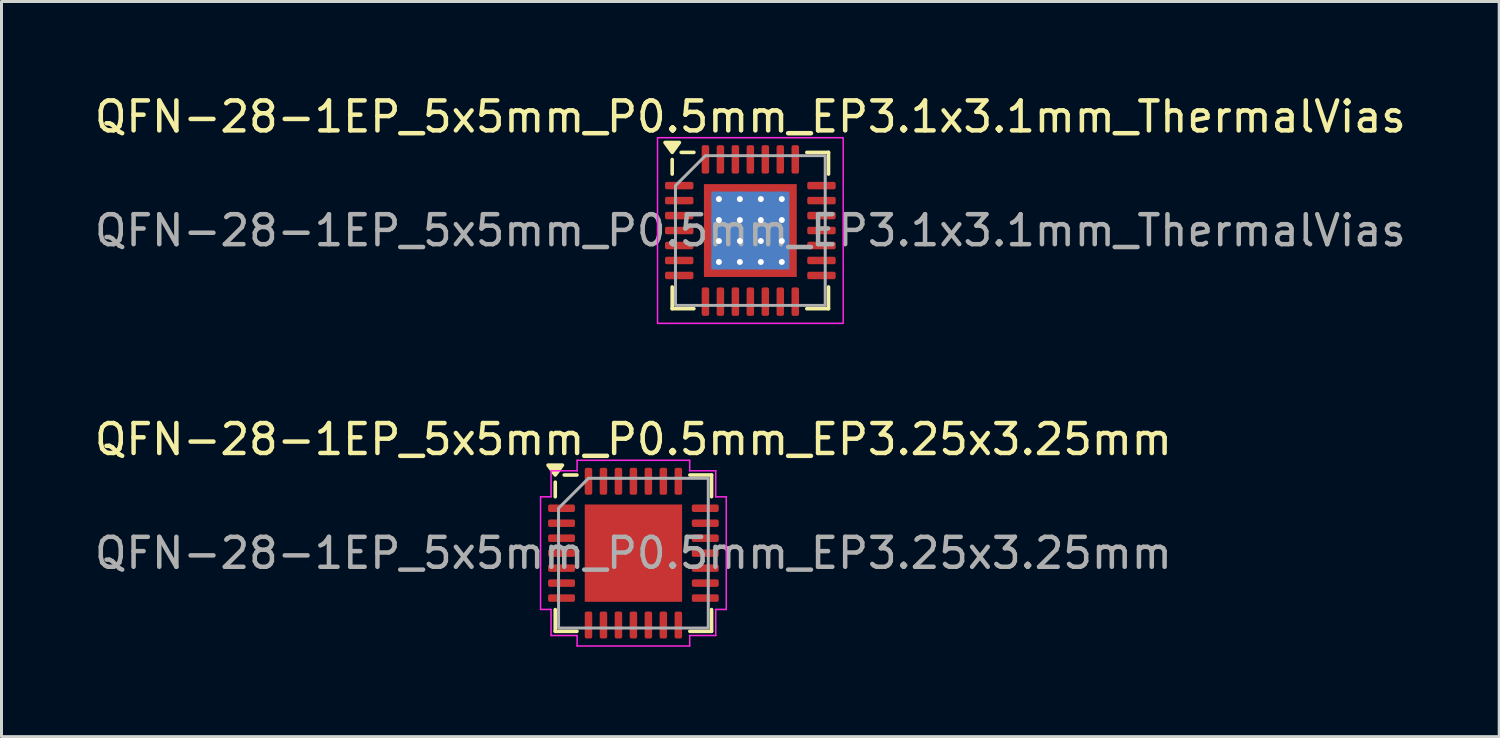
<source format=kicad_pcb>
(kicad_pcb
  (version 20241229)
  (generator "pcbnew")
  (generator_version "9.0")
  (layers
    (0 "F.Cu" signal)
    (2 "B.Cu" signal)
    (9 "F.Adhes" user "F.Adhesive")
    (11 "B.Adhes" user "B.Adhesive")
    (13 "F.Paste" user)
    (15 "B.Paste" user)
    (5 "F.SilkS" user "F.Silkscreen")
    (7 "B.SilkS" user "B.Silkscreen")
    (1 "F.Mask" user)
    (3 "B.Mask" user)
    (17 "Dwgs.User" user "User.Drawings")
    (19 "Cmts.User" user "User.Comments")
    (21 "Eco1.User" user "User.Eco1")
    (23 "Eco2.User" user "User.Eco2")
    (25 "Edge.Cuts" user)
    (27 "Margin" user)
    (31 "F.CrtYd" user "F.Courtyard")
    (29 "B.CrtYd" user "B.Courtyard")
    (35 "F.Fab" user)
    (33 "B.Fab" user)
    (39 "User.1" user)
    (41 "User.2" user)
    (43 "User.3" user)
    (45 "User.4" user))
  (footprint "QFN-28-1EP_5x5mm_P0.5mm_EP3.25x3.25mm"
    (layer "F.Cu")
    (at 18.101 15.421)
    (property "Reference" "QFN-28-1EP_5x5mm_P0.5mm_EP3.25x3.25mm" (at 0 -3.8 0) (layer "F.SilkS") (effects (font (size 1 1) (thickness 0.15))))
    (attr smd)
    (fp_line (start -2.61 -1.885) (end -2.61 -2.37) (stroke (width 0.12) (type solid)) (layer "F.SilkS"))
    (fp_line (start -2.61 2.61) (end -2.61 1.885) (stroke (width 0.12) (type solid)) (layer "F.SilkS"))
    (fp_line (start -1.885 -2.61) (end -2.31 -2.61) (stroke (width 0.12) (type solid)) (layer "F.SilkS"))
    (fp_line (start -1.885 2.61) (end -2.61 2.61) (stroke (width 0.12) (type solid)) (layer "F.SilkS"))
    (fp_line (start 1.885 -2.61) (end 2.61 -2.61) (stroke (width 0.12) (type solid)) (layer "F.SilkS"))
    (fp_line (start 1.885 2.61) (end 2.61 2.61) (stroke (width 0.12) (type solid)) (layer "F.SilkS"))
    (fp_line (start 2.61 -2.61) (end 2.61 -1.885) (stroke (width 0.12) (type solid)) (layer "F.SilkS"))
    (fp_line (start 2.61 2.61) (end 2.61 1.885) (stroke (width 0.12) (type solid)) (layer "F.SilkS"))
    (fp_poly (pts (xy -2.61 -2.61) (xy -2.85 -2.94) (xy -2.37 -2.94)) (stroke (width 0.12) (type solid)) (fill yes) (layer "F.SilkS"))
    (fp_line (start -3.1 -1.88) (end -2.75 -1.88) (stroke (width 0.05) (type solid)) (layer "F.CrtYd"))
    (fp_line (start -3.1 1.88) (end -3.1 -1.88) (stroke (width 0.05) (type solid)) (layer "F.CrtYd"))
    (fp_line (start -2.75 -2.75) (end -1.88 -2.75) (stroke (width 0.05) (type solid)) (layer "F.CrtYd"))
    (fp_line (start -2.75 -1.88) (end -2.75 -2.75) (stroke (width 0.05) (type solid)) (layer "F.CrtYd"))
    (fp_line (start -2.75 1.88) (end -3.1 1.88) (stroke (width 0.05) (type solid)) (layer "F.CrtYd"))
    (fp_line (start -2.75 2.75) (end -2.75 1.88) (stroke (width 0.05) (type solid)) (layer "F.CrtYd"))
    (fp_line (start -1.88 -3.1) (end 1.88 -3.1) (stroke (width 0.05) (type solid)) (layer "F.CrtYd"))
    (fp_line (start -1.88 -2.75) (end -1.88 -3.1) (stroke (width 0.05) (type solid)) (layer "F.CrtYd"))
    (fp_line (start -1.88 2.75) (end -2.75 2.75) (stroke (width 0.05) (type solid)) (layer "F.CrtYd"))
    (fp_line (start -1.88 3.1) (end -1.88 2.75) (stroke (width 0.05) (type solid)) (layer "F.CrtYd"))
    (fp_line (start 1.88 -3.1) (end 1.88 -2.75) (stroke (width 0.05) (type solid)) (layer "F.CrtYd"))
    (fp_line (start 1.88 -2.75) (end 2.75 -2.75) (stroke (width 0.05) (type solid)) (layer "F.CrtYd"))
    (fp_line (start 1.88 2.75) (end 1.88 3.1) (stroke (width 0.05) (type solid)) (layer "F.CrtYd"))
    (fp_line (start 1.88 3.1) (end -1.88 3.1) (stroke (width 0.05) (type solid)) (layer "F.CrtYd"))
    (fp_line (start 2.75 -2.75) (end 2.75 -1.88) (stroke (width 0.05) (type solid)) (layer "F.CrtYd"))
    (fp_line (start 2.75 -1.88) (end 3.1 -1.88) (stroke (width 0.05) (type solid)) (layer "F.CrtYd"))
    (fp_line (start 2.75 1.88) (end 2.75 2.75) (stroke (width 0.05) (type solid)) (layer "F.CrtYd"))
    (fp_line (start 2.75 2.75) (end 1.88 2.75) (stroke (width 0.05) (type solid)) (layer "F.CrtYd"))
    (fp_line (start 3.1 -1.88) (end 3.1 1.88) (stroke (width 0.05) (type solid)) (layer "F.CrtYd"))
    (fp_line (start 3.1 1.88) (end 2.75 1.88) (stroke (width 0.05) (type solid)) (layer "F.CrtYd"))
    (fp_poly (pts (xy -2.5 -1.5) (xy -2.5 2.5) (xy 2.5 2.5) (xy 2.5 -2.5) (xy -1.5 -2.5)) (stroke (width 0.1) (type solid)) (fill no) (layer "F.Fab"))
    (fp_text user "${REFERENCE}" (at 0 0 0) (layer "F.Fab") (effects (font (size 1 1) (thickness 0.15))))
    (pad "" smd roundrect (at -1.08 -1.08) (size 0.89 0.89) (layers "F.Paste") (roundrect_rratio 0.25))
    (pad "" smd roundrect (at -1.08 0) (size 0.89 0.89) (layers "F.Paste") (roundrect_rratio 0.25))
    (pad "" smd roundrect (at -1.08 1.08) (size 0.89 0.89) (layers "F.Paste") (roundrect_rratio 0.25))
    (pad "" smd roundrect (at 0 -1.08) (size 0.89 0.89) (layers "F.Paste") (roundrect_rratio 0.25))
    (pad "" smd roundrect (at 0 0) (size 0.89 0.89) (layers "F.Paste") (roundrect_rratio 0.25))
    (pad "" smd roundrect (at 0 1.08) (size 0.89 0.89) (layers "F.Paste") (roundrect_rratio 0.25))
    (pad "" smd roundrect (at 1.08 -1.08) (size 0.89 0.89) (layers "F.Paste") (roundrect_rratio 0.25))
    (pad "" smd roundrect (at 1.08 0) (size 0.89 0.89) (layers "F.Paste") (roundrect_rratio 0.25))
    (pad "" smd roundrect (at 1.08 1.08) (size 0.89 0.89) (layers "F.Paste") (roundrect_rratio 0.25))
    (pad "1" smd roundrect (at -2.4 -1.5) (size 0.9 0.25) (layers "F.Cu" "F.Mask" "F.Paste") (roundrect_rratio 0.25))
    (pad "2" smd roundrect (at -2.4 -1) (size 0.9 0.25) (layers "F.Cu" "F.Mask" "F.Paste") (roundrect_rratio 0.25))
    (pad "3" smd roundrect (at -2.4 -0.5) (size 0.9 0.25) (layers "F.Cu" "F.Mask" "F.Paste") (roundrect_rratio 0.25))
    (pad "4" smd roundrect (at -2.4 0) (size 0.9 0.25) (layers "F.Cu" "F.Mask" "F.Paste") (roundrect_rratio 0.25))
    (pad "5" smd roundrect (at -2.4 0.5) (size 0.9 0.25) (layers "F.Cu" "F.Mask" "F.Paste") (roundrect_rratio 0.25))
    (pad "6" smd roundrect (at -2.4 1) (size 0.9 0.25) (layers "F.Cu" "F.Mask" "F.Paste") (roundrect_rratio 0.25))
    (pad "7" smd roundrect (at -2.4 1.5) (size 0.9 0.25) (layers "F.Cu" "F.Mask" "F.Paste") (roundrect_rratio 0.25))
    (pad "8" smd roundrect (at -1.5 2.4) (size 0.25 0.9) (layers "F.Cu" "F.Mask" "F.Paste") (roundrect_rratio 0.25))
    (pad "9" smd roundrect (at -1 2.4) (size 0.25 0.9) (layers "F.Cu" "F.Mask" "F.Paste") (roundrect_rratio 0.25))
    (pad "10" smd roundrect (at -0.5 2.4) (size 0.25 0.9) (layers "F.Cu" "F.Mask" "F.Paste") (roundrect_rratio 0.25))
    (pad "11" smd roundrect (at 0 2.4) (size 0.25 0.9) (layers "F.Cu" "F.Mask" "F.Paste") (roundrect_rratio 0.25))
    (pad "12" smd roundrect (at 0.5 2.4) (size 0.25 0.9) (layers "F.Cu" "F.Mask" "F.Paste") (roundrect_rratio 0.25))
    (pad "13" smd roundrect (at 1 2.4) (size 0.25 0.9) (layers "F.Cu" "F.Mask" "F.Paste") (roundrect_rratio 0.25))
    (pad "14" smd roundrect (at 1.5 2.4) (size 0.25 0.9) (layers "F.Cu" "F.Mask" "F.Paste") (roundrect_rratio 0.25))
    (pad "15" smd roundrect (at 2.4 1.5) (size 0.9 0.25) (layers "F.Cu" "F.Mask" "F.Paste") (roundrect_rratio 0.25))
    (pad "16" smd roundrect (at 2.4 1) (size 0.9 0.25) (layers "F.Cu" "F.Mask" "F.Paste") (roundrect_rratio 0.25))
    (pad "17" smd roundrect (at 2.4 0.5) (size 0.9 0.25) (layers "F.Cu" "F.Mask" "F.Paste") (roundrect_rratio 0.25))
    (pad "18" smd roundrect (at 2.4 0) (size 0.9 0.25) (layers "F.Cu" "F.Mask" "F.Paste") (roundrect_rratio 0.25))
    (pad "19" smd roundrect (at 2.4 -0.5) (size 0.9 0.25) (layers "F.Cu" "F.Mask" "F.Paste") (roundrect_rratio 0.25))
    (pad "20" smd roundrect (at 2.4 -1) (size 0.9 0.25) (layers "F.Cu" "F.Mask" "F.Paste") (roundrect_rratio 0.25))
    (pad "21" smd roundrect (at 2.4 -1.5) (size 0.9 0.25) (layers "F.Cu" "F.Mask" "F.Paste") (roundrect_rratio 0.25))
    (pad "22" smd roundrect (at 1.5 -2.4) (size 0.25 0.9) (layers "F.Cu" "F.Mask" "F.Paste") (roundrect_rratio 0.25))
    (pad "23" smd roundrect (at 1 -2.4) (size 0.25 0.9) (layers "F.Cu" "F.Mask" "F.Paste") (roundrect_rratio 0.25))
    (pad "24" smd roundrect (at 0.5 -2.4) (size 0.25 0.9) (layers "F.Cu" "F.Mask" "F.Paste") (roundrect_rratio 0.25))
    (pad "25" smd roundrect (at 0 -2.4) (size 0.25 0.9) (layers "F.Cu" "F.Mask" "F.Paste") (roundrect_rratio 0.25))
    (pad "26" smd roundrect (at -0.5 -2.4) (size 0.25 0.9) (layers "F.Cu" "F.Mask" "F.Paste") (roundrect_rratio 0.25))
    (pad "27" smd roundrect (at -1 -2.4) (size 0.25 0.9) (layers "F.Cu" "F.Mask" "F.Paste") (roundrect_rratio 0.25))
    (pad "28" smd roundrect (at -1.5 -2.4) (size 0.25 0.9) (layers "F.Cu" "F.Mask" "F.Paste") (roundrect_rratio 0.25))
    (pad "29" smd rect (at 0 0) (size 3.25 3.25) (property pad_prop_heatsink) (layers "F.Cu" "F.Mask")))
  (footprint "QFN-28-1EP_5x5mm_P0.5mm_EP3.1x3.1mm_ThermalVias"
    (layer "F.Cu")
    (at 22.006 4.648)
    (property "Reference" "QFN-28-1EP_5x5mm_P0.5mm_EP3.1x3.1mm_ThermalVias" (at 0 -3.8 0) (layer "F.SilkS") (effects (font (size 1 1) (thickness 0.15))))
    (attr smd)
    (fp_line (start -2.61 -1.885) (end -2.61 -2.37) (stroke (width 0.12) (type solid)) (layer "F.SilkS"))
    (fp_line (start -2.61 2.61) (end -2.61 1.885) (stroke (width 0.12) (type solid)) (layer "F.SilkS"))
    (fp_line (start -1.885 -2.61) (end -2.31 -2.61) (stroke (width 0.12) (type solid)) (layer "F.SilkS"))
    (fp_line (start -1.885 2.61) (end -2.61 2.61) (stroke (width 0.12) (type solid)) (layer "F.SilkS"))
    (fp_line (start 1.885 -2.61) (end 2.61 -2.61) (stroke (width 0.12) (type solid)) (layer "F.SilkS"))
    (fp_line (start 1.885 2.61) (end 2.61 2.61) (stroke (width 0.12) (type solid)) (layer "F.SilkS"))
    (fp_line (start 2.61 -2.61) (end 2.61 -1.885) (stroke (width 0.12) (type solid)) (layer "F.SilkS"))
    (fp_line (start 2.61 2.61) (end 2.61 1.885) (stroke (width 0.12) (type solid)) (layer "F.SilkS"))
    (fp_poly (pts (xy -2.61 -2.61) (xy -2.85 -2.94) (xy -2.37 -2.94)) (stroke (width 0.12) (type solid)) (fill yes) (layer "F.SilkS"))
    (fp_rect (start -3.1 -3.1) (end 3.1 3.1) (stroke (width 0.05) (type solid)) (fill no) (layer "F.CrtYd"))
    (fp_poly (pts (xy -2.5 -1.5) (xy -2.5 2.5) (xy 2.5 2.5) (xy 2.5 -2.5) (xy -1.5 -2.5)) (stroke (width 0.1) (type solid)) (fill no) (layer "F.Fab"))
    (fp_text user "${REFERENCE}" (at 0 0 0) (layer "F.Fab") (effects (font (size 1 1) (thickness 0.15))))
    (pad "" smd custom (at -1.3 -1.3) (size 0.272 0.272) (layers "F.Paste") (options (anchor circle)) (primitives (gr_poly (pts (xy -0.101 -0.101) (xy 0.101 -0.101) (xy 0.101 -0.026) (xy -0.026 0.101) (xy -0.101 0.101)) (width 0.202) (fill yes))))
    (pad "" smd custom (at -1.3 -0.7) (size 0.285 0.285) (layers "F.Paste") (options (anchor circle)) (primitives (gr_poly (pts (xy -0.101 -0.181) (xy -0.007 -0.181) (xy 0.101 -0.074) (xy 0.101 0.074) (xy -0.007 0.181) (xy -0.101 0.181)) (width 0.202) (fill yes))))
    (pad "" smd custom (at -1.3 0) (size 0.285 0.285) (layers "F.Paste") (options (anchor circle)) (primitives (gr_poly (pts (xy -0.101 -0.181) (xy -0.007 -0.181) (xy 0.101 -0.074) (xy 0.101 0.074) (xy -0.007 0.181) (xy -0.101 0.181)) (width 0.202) (fill yes))))
    (pad "" smd custom (at -1.3 0.7) (size 0.285 0.285) (layers "F.Paste") (options (anchor circle)) (primitives (gr_poly (pts (xy -0.101 -0.181) (xy -0.007 -0.181) (xy 0.101 -0.074) (xy 0.101 0.074) (xy -0.007 0.181) (xy -0.101 0.181)) (width 0.202) (fill yes))))
    (pad "" smd custom (at -1.3 1.3) (size 0.272 0.272) (layers "F.Paste") (options (anchor circle)) (primitives (gr_poly (pts (xy -0.101 -0.101) (xy -0.026 -0.101) (xy 0.101 0.026) (xy 0.101 0.101) (xy -0.101 0.101)) (width 0.202) (fill yes))))
    (pad "" smd custom (at -0.7 -1.3) (size 0.285 0.285) (layers "F.Paste") (options (anchor circle)) (primitives (gr_poly (pts (xy -0.181 -0.101) (xy 0.181 -0.101) (xy 0.181 -0.007) (xy 0.074 0.101) (xy -0.074 0.101) (xy -0.181 -0.007)) (width 0.202) (fill yes))))
    (pad "" smd custom (at -0.7 -0.7) (size 0.46 0.46) (layers "F.Paste") (options (anchor circle)) (primitives (gr_poly (pts (xy -0.178 -0.092) (xy -0.092 -0.178) (xy 0.092 -0.178) (xy 0.178 -0.092) (xy 0.178 0.092) (xy 0.092 0.178) (xy -0.092 0.178) (xy -0.178 0.092)) (width 0.208) (fill yes))))
    (pad "" smd custom (at -0.7 0) (size 0.46 0.46) (layers "F.Paste") (options (anchor circle)) (primitives (gr_poly (pts (xy -0.178 -0.092) (xy -0.092 -0.178) (xy 0.092 -0.178) (xy 0.178 -0.092) (xy 0.178 0.092) (xy 0.092 0.178) (xy -0.092 0.178) (xy -0.178 0.092)) (width 0.208) (fill yes))))
    (pad "" smd custom (at -0.7 0.7) (size 0.46 0.46) (layers "F.Paste") (options (anchor circle)) (primitives (gr_poly (pts (xy -0.178 -0.092) (xy -0.092 -0.178) (xy 0.092 -0.178) (xy 0.178 -0.092) (xy 0.178 0.092) (xy 0.092 0.178) (xy -0.092 0.178) (xy -0.178 0.092)) (width 0.208) (fill yes))))
    (pad "" smd custom (at -0.7 1.3) (size 0.285 0.285) (layers "F.Paste") (options (anchor circle)) (primitives (gr_poly (pts (xy -0.181 0.007) (xy -0.074 -0.101) (xy 0.074 -0.101) (xy 0.181 0.007) (xy 0.181 0.101) (xy -0.181 0.101)) (width 0.202) (fill yes))))
    (pad "" smd custom (at 0 -1.3) (size 0.285 0.285) (layers "F.Paste") (options (anchor circle)) (primitives (gr_poly (pts (xy -0.181 -0.101) (xy 0.181 -0.101) (xy 0.181 -0.007) (xy 0.074 0.101) (xy -0.074 0.101) (xy -0.181 -0.007)) (width 0.202) (fill yes))))
    (pad "" smd custom (at 0 -0.7) (size 0.46 0.46) (layers "F.Paste") (options (anchor circle)) (primitives (gr_poly (pts (xy -0.178 -0.092) (xy -0.092 -0.178) (xy 0.092 -0.178) (xy 0.178 -0.092) (xy 0.178 0.092) (xy 0.092 0.178) (xy -0.092 0.178) (xy -0.178 0.092)) (width 0.208) (fill yes))))
    (pad "" smd custom (at 0 0) (size 0.46 0.46) (layers "F.Paste") (options (anchor circle)) (primitives (gr_poly (pts (xy -0.178 -0.092) (xy -0.092 -0.178) (xy 0.092 -0.178) (xy 0.178 -0.092) (xy 0.178 0.092) (xy 0.092 0.178) (xy -0.092 0.178) (xy -0.178 0.092)) (width 0.208) (fill yes))))
    (pad "" smd custom (at 0 0.7) (size 0.46 0.46) (layers "F.Paste") (options (anchor circle)) (primitives (gr_poly (pts (xy -0.178 -0.092) (xy -0.092 -0.178) (xy 0.092 -0.178) (xy 0.178 -0.092) (xy 0.178 0.092) (xy 0.092 0.178) (xy -0.092 0.178) (xy -0.178 0.092)) (width 0.208) (fill yes))))
    (pad "" smd custom (at 0 1.3) (size 0.285 0.285) (layers "F.Paste") (options (anchor circle)) (primitives (gr_poly (pts (xy -0.181 0.007) (xy -0.074 -0.101) (xy 0.074 -0.101) (xy 0.181 0.007) (xy 0.181 0.101) (xy -0.181 0.101)) (width 0.202) (fill yes))))
    (pad "" smd custom (at 0.7 -1.3) (size 0.285 0.285) (layers "F.Paste") (options (anchor circle)) (primitives (gr_poly (pts (xy -0.181 -0.101) (xy 0.181 -0.101) (xy 0.181 -0.007) (xy 0.074 0.101) (xy -0.074 0.101) (xy -0.181 -0.007)) (width 0.202) (fill yes))))
    (pad "" smd custom (at 0.7 -0.7) (size 0.46 0.46) (layers "F.Paste") (options (anchor circle)) (primitives (gr_poly (pts (xy -0.178 -0.092) (xy -0.092 -0.178) (xy 0.092 -0.178) (xy 0.178 -0.092) (xy 0.178 0.092) (xy 0.092 0.178) (xy -0.092 0.178) (xy -0.178 0.092)) (width 0.208) (fill yes))))
    (pad "" smd custom (at 0.7 0) (size 0.46 0.46) (layers "F.Paste") (options (anchor circle)) (primitives (gr_poly (pts (xy -0.178 -0.092) (xy -0.092 -0.178) (xy 0.092 -0.178) (xy 0.178 -0.092) (xy 0.178 0.092) (xy 0.092 0.178) (xy -0.092 0.178) (xy -0.178 0.092)) (width 0.208) (fill yes))))
    (pad "" smd custom (at 0.7 0.7) (size 0.46 0.46) (layers "F.Paste") (options (anchor circle)) (primitives (gr_poly (pts (xy -0.178 -0.092) (xy -0.092 -0.178) (xy 0.092 -0.178) (xy 0.178 -0.092) (xy 0.178 0.092) (xy 0.092 0.178) (xy -0.092 0.178) (xy -0.178 0.092)) (width 0.208) (fill yes))))
    (pad "" smd custom (at 0.7 1.3) (size 0.285 0.285) (layers "F.Paste") (options (anchor circle)) (primitives (gr_poly (pts (xy -0.181 0.007) (xy -0.074 -0.101) (xy 0.074 -0.101) (xy 0.181 0.007) (xy 0.181 0.101) (xy -0.181 0.101)) (width 0.202) (fill yes))))
    (pad "" smd custom (at 1.3 -1.3) (size 0.272 0.272) (layers "F.Paste") (options (anchor circle)) (primitives (gr_poly (pts (xy -0.101 -0.101) (xy 0.101 -0.101) (xy 0.101 0.101) (xy 0.026 0.101) (xy -0.101 -0.026)) (width 0.202) (fill yes))))
    (pad "" smd custom (at 1.3 -0.7) (size 0.285 0.285) (layers "F.Paste") (options (anchor circle)) (primitives (gr_poly (pts (xy -0.101 -0.074) (xy 0.007 -0.181) (xy 0.101 -0.181) (xy 0.101 0.181) (xy 0.007 0.181) (xy -0.101 0.074)) (width 0.202) (fill yes))))
    (pad "" smd custom (at 1.3 0) (size 0.285 0.285) (layers "F.Paste") (options (anchor circle)) (primitives (gr_poly (pts (xy -0.101 -0.074) (xy 0.007 -0.181) (xy 0.101 -0.181) (xy 0.101 0.181) (xy 0.007 0.181) (xy -0.101 0.074)) (width 0.202) (fill yes))))
    (pad "" smd custom (at 1.3 0.7) (size 0.285 0.285) (layers "F.Paste") (options (anchor circle)) (primitives (gr_poly (pts (xy -0.101 -0.074) (xy 0.007 -0.181) (xy 0.101 -0.181) (xy 0.101 0.181) (xy 0.007 0.181) (xy -0.101 0.074)) (width 0.202) (fill yes))))
    (pad "" smd custom (at 1.3 1.3) (size 0.272 0.272) (layers "F.Paste") (options (anchor circle)) (primitives (gr_poly (pts (xy -0.101 0.026) (xy 0.026 -0.101) (xy 0.101 -0.101) (xy 0.101 0.101) (xy -0.101 0.101)) (width 0.202) (fill yes))))
    (pad "1" smd roundrect (at -2.375 -1.5) (size 0.95 0.25) (layers "F.Cu" "F.Mask" "F.Paste") (roundrect_rratio 0.25))
    (pad "2" smd roundrect (at -2.375 -1) (size 0.95 0.25) (layers "F.Cu" "F.Mask" "F.Paste") (roundrect_rratio 0.25))
    (pad "3" smd roundrect (at -2.375 -0.5) (size 0.95 0.25) (layers "F.Cu" "F.Mask" "F.Paste") (roundrect_rratio 0.25))
    (pad "4" smd roundrect (at -2.375 0) (size 0.95 0.25) (layers "F.Cu" "F.Mask" "F.Paste") (roundrect_rratio 0.25))
    (pad "5" smd roundrect (at -2.375 0.5) (size 0.95 0.25) (layers "F.Cu" "F.Mask" "F.Paste") (roundrect_rratio 0.25))
    (pad "6" smd roundrect (at -2.375 1) (size 0.95 0.25) (layers "F.Cu" "F.Mask" "F.Paste") (roundrect_rratio 0.25))
    (pad "7" smd roundrect (at -2.375 1.5) (size 0.95 0.25) (layers "F.Cu" "F.Mask" "F.Paste") (roundrect_rratio 0.25))
    (pad "8" smd roundrect (at -1.5 2.375) (size 0.25 0.95) (layers "F.Cu" "F.Mask" "F.Paste") (roundrect_rratio 0.25))
    (pad "9" smd roundrect (at -1 2.375) (size 0.25 0.95) (layers "F.Cu" "F.Mask" "F.Paste") (roundrect_rratio 0.25))
    (pad "10" smd roundrect (at -0.5 2.375) (size 0.25 0.95) (layers "F.Cu" "F.Mask" "F.Paste") (roundrect_rratio 0.25))
    (pad "11" smd roundrect (at 0 2.375) (size 0.25 0.95) (layers "F.Cu" "F.Mask" "F.Paste") (roundrect_rratio 0.25))
    (pad "12" smd roundrect (at 0.5 2.375) (size 0.25 0.95) (layers "F.Cu" "F.Mask" "F.Paste") (roundrect_rratio 0.25))
    (pad "13" smd roundrect (at 1 2.375) (size 0.25 0.95) (layers "F.Cu" "F.Mask" "F.Paste") (roundrect_rratio 0.25))
    (pad "14" smd roundrect (at 1.5 2.375) (size 0.25 0.95) (layers "F.Cu" "F.Mask" "F.Paste") (roundrect_rratio 0.25))
    (pad "15" smd roundrect (at 2.375 1.5) (size 0.95 0.25) (layers "F.Cu" "F.Mask" "F.Paste") (roundrect_rratio 0.25))
    (pad "16" smd roundrect (at 2.375 1) (size 0.95 0.25) (layers "F.Cu" "F.Mask" "F.Paste") (roundrect_rratio 0.25))
    (pad "17" smd roundrect (at 2.375 0.5) (size 0.95 0.25) (layers "F.Cu" "F.Mask" "F.Paste") (roundrect_rratio 0.25))
    (pad "18" smd roundrect (at 2.375 0) (size 0.95 0.25) (layers "F.Cu" "F.Mask" "F.Paste") (roundrect_rratio 0.25))
    (pad "19" smd roundrect (at 2.375 -0.5) (size 0.95 0.25) (layers "F.Cu" "F.Mask" "F.Paste") (roundrect_rratio 0.25))
    (pad "20" smd roundrect (at 2.375 -1) (size 0.95 0.25) (layers "F.Cu" "F.Mask" "F.Paste") (roundrect_rratio 0.25))
    (pad "21" smd roundrect (at 2.375 -1.5) (size 0.95 0.25) (layers "F.Cu" "F.Mask" "F.Paste") (roundrect_rratio 0.25))
    (pad "22" smd roundrect (at 1.5 -2.375) (size 0.25 0.95) (layers "F.Cu" "F.Mask" "F.Paste") (roundrect_rratio 0.25))
    (pad "23" smd roundrect (at 1 -2.375) (size 0.25 0.95) (layers "F.Cu" "F.Mask" "F.Paste") (roundrect_rratio 0.25))
    (pad "24" smd roundrect (at 0.5 -2.375) (size 0.25 0.95) (layers "F.Cu" "F.Mask" "F.Paste") (roundrect_rratio 0.25))
    (pad "25" smd roundrect (at 0 -2.375) (size 0.25 0.95) (layers "F.Cu" "F.Mask" "F.Paste") (roundrect_rratio 0.25))
    (pad "26" smd roundrect (at -0.5 -2.375) (size 0.25 0.95) (layers "F.Cu" "F.Mask" "F.Paste") (roundrect_rratio 0.25))
    (pad "27" smd roundrect (at -1 -2.375) (size 0.25 0.95) (layers "F.Cu" "F.Mask" "F.Paste") (roundrect_rratio 0.25))
    (pad "28" smd roundrect (at -1.5 -2.375) (size 0.25 0.95) (layers "F.Cu" "F.Mask" "F.Paste") (roundrect_rratio 0.25))
    (pad "29" thru_hole circle (at -1.05 -1.05) (size 0.5 0.5) (drill 0.2) (property pad_prop_heatsink) (layers "*.Cu"))
    (pad "29" thru_hole circle (at -1.05 -0.35) (size 0.5 0.5) (drill 0.2) (property pad_prop_heatsink) (layers "*.Cu"))
    (pad "29" thru_hole circle (at -1.05 0.35) (size 0.5 0.5) (drill 0.2) (property pad_prop_heatsink) (layers "*.Cu"))
    (pad "29" thru_hole circle (at -1.05 1.05) (size 0.5 0.5) (drill 0.2) (property pad_prop_heatsink) (layers "*.Cu"))
    (pad "29" thru_hole circle (at -0.35 -1.05) (size 0.5 0.5) (drill 0.2) (property pad_prop_heatsink) (layers "*.Cu"))
    (pad "29" thru_hole circle (at -0.35 -0.35) (size 0.5 0.5) (drill 0.2) (property pad_prop_heatsink) (layers "*.Cu"))
    (pad "29" thru_hole circle (at -0.35 0.35) (size 0.5 0.5) (drill 0.2) (property pad_prop_heatsink) (layers "*.Cu"))
    (pad "29" thru_hole circle (at -0.35 1.05) (size 0.5 0.5) (drill 0.2) (property pad_prop_heatsink) (layers "*.Cu"))
    (pad "29" smd rect (at 0 0) (size 2.6 2.6) (property pad_prop_heatsink) (layers "B.Cu"))
    (pad "29" smd rect (at 0 0) (size 3.1 3.1) (property pad_prop_heatsink) (layers "F.Cu" "F.Mask"))
    (pad "29" thru_hole circle (at 0.35 -1.05) (size 0.5 0.5) (drill 0.2) (property pad_prop_heatsink) (layers "*.Cu"))
    (pad "29" thru_hole circle (at 0.35 -0.35) (size 0.5 0.5) (drill 0.2) (property pad_prop_heatsink) (layers "*.Cu"))
    (pad "29" thru_hole circle (at 0.35 0.35) (size 0.5 0.5) (drill 0.2) (property pad_prop_heatsink) (layers "*.Cu"))
    (pad "29" thru_hole circle (at 0.35 1.05) (size 0.5 0.5) (drill 0.2) (property pad_prop_heatsink) (layers "*.Cu"))
    (pad "29" thru_hole circle (at 1.05 -1.05) (size 0.5 0.5) (drill 0.2) (property pad_prop_heatsink) (layers "*.Cu"))
    (pad "29" thru_hole circle (at 1.05 -0.35) (size 0.5 0.5) (drill 0.2) (property pad_prop_heatsink) (layers "*.Cu"))
    (pad "29" thru_hole circle (at 1.05 0.35) (size 0.5 0.5) (drill 0.2) (property pad_prop_heatsink) (layers "*.Cu"))
    (pad "29" thru_hole circle (at 1.05 1.05) (size 0.5 0.5) (drill 0.2) (property pad_prop_heatsink) (layers "*.Cu")))
  (gr_rect
    (start -3 -3)
    (end 47.012 21.547)
    (stroke (width 0.1) (type default))
    (fill no)
    (layer "Edge.Cuts")))
</source>
